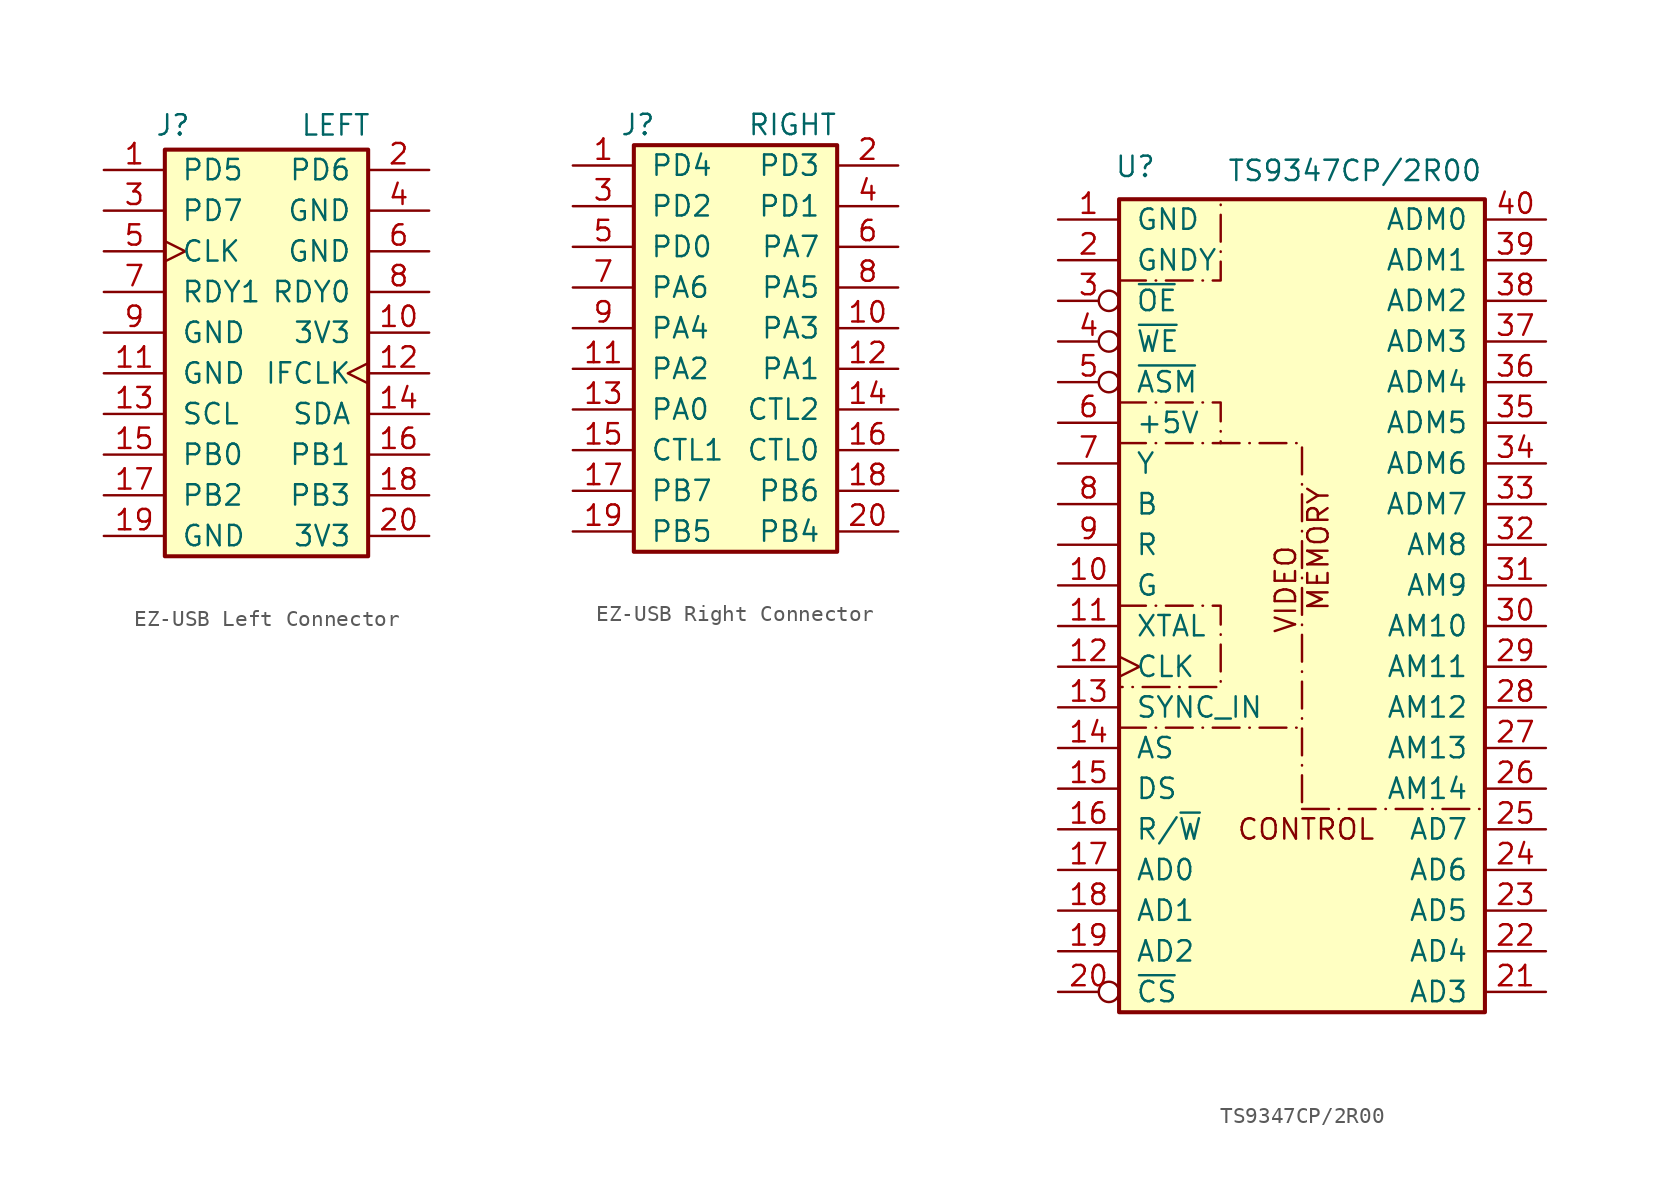
<source format=kicad_sym>
(kicad_symbol_lib
  (version 20231120)
  (generator "kicad_symbol_editor")
  (generator_version "8.0")
  (symbol "EZ-USB Left Connector"
    (pin_names
      (offset 1.016))
    (property "Reference" "J"
      (at -5.842 14.224 0)
      (effects (font (size 1.27 1.27))))
    (property "Value" "LEFT"
      (at 4.318 14.224 0)
      (effects (font (size 1.27 1.27))))
    (symbol "EZ-USB Left Connector_1_1"
      (rectangle (start -6.35 12.7) (end 6.35 -12.7) (stroke (width 0.254) (type default)) (fill (type background)))
      (pin tri_state line (at -10.16 11.43 0) (length 3.81) (name "PD5" (effects (font (size 1.27 1.27)))) (number "1" (effects (font (size 1.27 1.27)))))
      (pin power_out line (at 10.16 1.27 180) (length 3.81) (name "3V3" (effects (font (size 1.27 1.27)))) (number "10" (effects (font (size 1.27 1.27)))))
      (pin power_out line (at -10.16 -1.27 0) (length 3.81) (name "GND" (effects (font (size 1.27 1.27)))) (number "11" (effects (font (size 1.27 1.27)))))
      (pin tri_state clock (at 10.16 -1.27 180) (length 3.81) (name "IFCLK" (effects (font (size 1.27 1.27)))) (number "12" (effects (font (size 1.27 1.27)))))
      (pin open_collector line (at -10.16 -3.81 0) (length 3.81) (name "SCL" (effects (font (size 1.27 1.27)))) (number "13" (effects (font (size 1.27 1.27)))))
      (pin open_collector line (at 10.16 -3.81 180) (length 3.81) (name "SDA" (effects (font (size 1.27 1.27)))) (number "14" (effects (font (size 1.27 1.27)))))
      (pin tri_state line (at -10.16 -6.35 0) (length 3.81) (name "PB0" (effects (font (size 1.27 1.27)))) (number "15" (effects (font (size 1.27 1.27)))))
      (pin tri_state line (at 10.16 -6.35 180) (length 3.81) (name "PB1" (effects (font (size 1.27 1.27)))) (number "16" (effects (font (size 1.27 1.27)))))
      (pin tri_state line (at -10.16 -8.89 0) (length 3.81) (name "PB2" (effects (font (size 1.27 1.27)))) (number "17" (effects (font (size 1.27 1.27)))))
      (pin tri_state line (at 10.16 -8.89 180) (length 3.81) (name "PB3" (effects (font (size 1.27 1.27)))) (number "18" (effects (font (size 1.27 1.27)))))
      (pin power_out line (at -10.16 -11.43 0) (length 3.81) (name "GND" (effects (font (size 1.27 1.27)))) (number "19" (effects (font (size 1.27 1.27)))))
      (pin tri_state line (at 10.16 11.43 180) (length 3.81) (name "PD6" (effects (font (size 1.27 1.27)))) (number "2" (effects (font (size 1.27 1.27)))))
      (pin power_out line (at 10.16 -11.43 180) (length 3.81) (name "3V3" (effects (font (size 1.27 1.27)))) (number "20" (effects (font (size 1.27 1.27)))))
      (pin tri_state line (at -10.16 8.89 0) (length 3.81) (name "PD7" (effects (font (size 1.27 1.27)))) (number "3" (effects (font (size 1.27 1.27)))))
      (pin power_out line (at 10.16 8.89 180) (length 3.81) (name "GND" (effects (font (size 1.27 1.27)))) (number "4" (effects (font (size 1.27 1.27)))))
      (pin output clock (at -10.16 6.35 0) (length 3.81) (name "CLK" (effects (font (size 1.27 1.27)))) (number "5" (effects (font (size 1.27 1.27)))))
      (pin power_out line (at 10.16 6.35 180) (length 3.81) (name "GND" (effects (font (size 1.27 1.27)))) (number "6" (effects (font (size 1.27 1.27)))))
      (pin input line (at -10.16 3.81 0) (length 3.81) (name "RDY1" (effects (font (size 1.27 1.27)))) (number "7" (effects (font (size 1.27 1.27)))))
      (pin input line (at 10.16 3.81 180) (length 3.81) (name "RDY0" (effects (font (size 1.27 1.27)))) (number "8" (effects (font (size 1.27 1.27)))))
      (pin power_out line (at -10.16 1.27 0) (length 3.81) (name "GND" (effects (font (size 1.27 1.27)))) (number "9" (effects (font (size 1.27 1.27)))))))
  (symbol "EZ-USB Right Connector"
    (pin_names
      (offset 1.016))
    (property "Reference" "J"
      (at -6.096 13.97 0)
      (effects (font (size 1.27 1.27))))
    (property "Value" "RIGHT"
      (at 3.556 13.97 0)
      (effects (font (size 1.27 1.27))))
    (symbol "EZ-USB Right Connector_1_1"
      (rectangle (start -6.35 12.7) (end 6.35 -12.7) (stroke (width 0.254) (type default)) (fill (type background)))
      (pin tri_state line (at -10.16 11.43 0) (length 3.81) (name "PD4" (effects (font (size 1.27 1.27)))) (number "1" (effects (font (size 1.27 1.27)))))
      (pin tri_state line (at 10.16 1.27 180) (length 3.81) (name "PA3" (effects (font (size 1.27 1.27)))) (number "10" (effects (font (size 1.27 1.27)))))
      (pin tri_state line (at -10.16 -1.27 0) (length 3.81) (name "PA2" (effects (font (size 1.27 1.27)))) (number "11" (effects (font (size 1.27 1.27)))))
      (pin tri_state line (at 10.16 -1.27 180) (length 3.81) (name "PA1" (effects (font (size 1.27 1.27)))) (number "12" (effects (font (size 1.27 1.27)))))
      (pin tri_state line (at -10.16 -3.81 0) (length 3.81) (name "PA0" (effects (font (size 1.27 1.27)))) (number "13" (effects (font (size 1.27 1.27)))))
      (pin output line (at 10.16 -3.81 180) (length 3.81) (name "CTL2" (effects (font (size 1.27 1.27)))) (number "14" (effects (font (size 1.27 1.27)))))
      (pin output line (at -10.16 -6.35 0) (length 3.81) (name "CTL1" (effects (font (size 1.27 1.27)))) (number "15" (effects (font (size 1.27 1.27)))))
      (pin output line (at 10.16 -6.35 180) (length 3.81) (name "CTL0" (effects (font (size 1.27 1.27)))) (number "16" (effects (font (size 1.27 1.27)))))
      (pin tri_state line (at -10.16 -8.89 0) (length 3.81) (name "PB7" (effects (font (size 1.27 1.27)))) (number "17" (effects (font (size 1.27 1.27)))))
      (pin tri_state line (at 10.16 -8.89 180) (length 3.81) (name "PB6" (effects (font (size 1.27 1.27)))) (number "18" (effects (font (size 1.27 1.27)))))
      (pin tri_state line (at -10.16 -11.43 0) (length 3.81) (name "PB5" (effects (font (size 1.27 1.27)))) (number "19" (effects (font (size 1.27 1.27)))))
      (pin tri_state line (at 10.16 11.43 180) (length 3.81) (name "PD3" (effects (font (size 1.27 1.27)))) (number "2" (effects (font (size 1.27 1.27)))))
      (pin tri_state line (at 10.16 -11.43 180) (length 3.81) (name "PB4" (effects (font (size 1.27 1.27)))) (number "20" (effects (font (size 1.27 1.27)))))
      (pin tri_state line (at -10.16 8.89 0) (length 3.81) (name "PD2" (effects (font (size 1.27 1.27)))) (number "3" (effects (font (size 1.27 1.27)))))
      (pin tri_state line (at 10.16 8.89 180) (length 3.81) (name "PD1" (effects (font (size 1.27 1.27)))) (number "4" (effects (font (size 1.27 1.27)))))
      (pin tri_state line (at -10.16 6.35 0) (length 3.81) (name "PD0" (effects (font (size 1.27 1.27)))) (number "5" (effects (font (size 1.27 1.27)))))
      (pin tri_state line (at 10.16 6.35 180) (length 3.81) (name "PA7" (effects (font (size 1.27 1.27)))) (number "6" (effects (font (size 1.27 1.27)))))
      (pin tri_state line (at -10.16 3.81 0) (length 3.81) (name "PA6" (effects (font (size 1.27 1.27)))) (number "7" (effects (font (size 1.27 1.27)))))
      (pin tri_state line (at 10.16 3.81 180) (length 3.81) (name "PA5" (effects (font (size 1.27 1.27)))) (number "8" (effects (font (size 1.27 1.27)))))
      (pin tri_state line (at -10.16 1.27 0) (length 3.81) (name "PA4" (effects (font (size 1.27 1.27)))) (number "9" (effects (font (size 1.27 1.27)))))))
  (symbol "TS9347CP/2R00"
    (pin_names
      (offset 1.016))
    (property "Reference" "U"
      (at -10.414 27.432 0)
      (effects (font (size 1.27 1.27))))
    (property "Value" "TS9347CP/2R00"
      (at 3.302 27.178 0)
      (effects (font (size 1.27 1.27))))
    (symbol "TS9347CP/2R00_0_1"
      (polyline (pts (xy -11.43 -7.62) (xy 0 -7.62)) (stroke (width 0) (type dash_dot)) (fill (type none)))
      (polyline (pts (xy 0 -12.7) (xy 11.43 -12.7)) (stroke (width 0) (type dash_dot)) (fill (type none)))
      (polyline (pts (xy -11.43 10.16) (xy 0 10.16) (xy 0 -12.7)) (stroke (width 0) (type dash_dot)) (fill (type none)))
      (polyline (pts (xy -11.43 12.7) (xy -5.08 12.7) (xy -5.08 10.16)) (stroke (width 0) (type dash_dot)) (fill (type none)))
      (polyline (pts (xy -11.43 20.32) (xy -5.08 20.32) (xy -5.08 25.4)) (stroke (width 0) (type dash_dot)) (fill (type none))))
    (symbol "TS9347CP/2R00_1_1"
      (rectangle (start -11.43 25.4) (end 11.43 -25.4) (stroke (width 0.254) (type default)) (fill (type background)))
      (polyline (pts (xy -11.43 0) (xy -5.08 0) (xy -5.08 -5.08) (xy -11.43 -5.08)) (stroke (width 0) (type dash_dot)) (fill (type none)))
      (text "CONTROL" (at 0.254 -13.97 0) (effects (font (size 1.27 1.27))))
      (text "MEMORY" (at 1.016 3.556 900) (effects (font (size 1.27 1.27))))
      (text "VIDEO" (at -1.016 1.016 900) (effects (font (size 1.27 1.27))))
      (pin passive line (at -15.24 24.13 0) (length 3.81) (name "GND" (effects (font (size 1.27 1.27)))) (number "1" (effects (font (size 1.27 1.27)))))
      (pin output line (at -15.24 1.27 0) (length 3.81) (name "G" (effects (font (size 1.27 1.27)))) (number "10" (effects (font (size 1.27 1.27)))))
      (pin bidirectional line (at -15.24 -1.27 0) (length 3.81) (name "XTAL" (effects (font (size 1.27 1.27)))) (number "11" (effects (font (size 1.27 1.27)))))
      (pin input clock (at -15.24 -3.81 0) (length 3.81) (name "CLK" (effects (font (size 1.27 1.27)))) (number "12" (effects (font (size 1.27 1.27)))))
      (pin input line (at -15.24 -6.35 0) (length 3.81) (name "SYNC_IN" (effects (font (size 1.27 1.27)))) (number "13" (effects (font (size 1.27 1.27)))))
      (pin input line (at -15.24 -8.89 0) (length 3.81) (name "AS" (effects (font (size 1.27 1.27)))) (number "14" (effects (font (size 1.27 1.27)))))
      (pin input line (at -15.24 -11.43 0) (length 3.81) (name "DS" (effects (font (size 1.27 1.27)))) (number "15" (effects (font (size 1.27 1.27)))))
      (pin input line (at -15.24 -13.97 0) (length 3.81) (name "R/~{W}" (effects (font (size 1.27 1.27)))) (number "16" (effects (font (size 1.27 1.27)))))
      (pin bidirectional line (at -15.24 -16.51 0) (length 3.81) (name "AD0" (effects (font (size 1.27 1.27)))) (number "17" (effects (font (size 1.27 1.27)))))
      (pin bidirectional line (at -15.24 -19.05 0) (length 3.81) (name "AD1" (effects (font (size 1.27 1.27)))) (number "18" (effects (font (size 1.27 1.27)))))
      (pin bidirectional line (at -15.24 -21.59 0) (length 3.81) (name "AD2" (effects (font (size 1.27 1.27)))) (number "19" (effects (font (size 1.27 1.27)))))
      (pin passive line (at -15.24 21.59 0) (length 3.81) (name "GNDY" (effects (font (size 1.27 1.27)))) (number "2" (effects (font (size 1.27 1.27)))))
      (pin input inverted (at -15.24 -24.13 0) (length 3.81) (name "~{CS}" (effects (font (size 1.27 1.27)))) (number "20" (effects (font (size 1.27 1.27)))))
      (pin bidirectional line (at 15.24 -24.13 180) (length 3.81) (name "AD3" (effects (font (size 1.27 1.27)))) (number "21" (effects (font (size 1.27 1.27)))))
      (pin bidirectional line (at 15.24 -21.59 180) (length 3.81) (name "AD4" (effects (font (size 1.27 1.27)))) (number "22" (effects (font (size 1.27 1.27)))))
      (pin bidirectional line (at 15.24 -19.05 180) (length 3.81) (name "AD5" (effects (font (size 1.27 1.27)))) (number "23" (effects (font (size 1.27 1.27)))))
      (pin bidirectional line (at 15.24 -16.51 180) (length 3.81) (name "AD6" (effects (font (size 1.27 1.27)))) (number "24" (effects (font (size 1.27 1.27)))))
      (pin bidirectional line (at 15.24 -13.97 180) (length 3.81) (name "AD7" (effects (font (size 1.27 1.27)))) (number "25" (effects (font (size 1.27 1.27)))))
      (pin output line (at 15.24 -11.43 180) (length 3.81) (name "AM14" (effects (font (size 1.27 1.27)))) (number "26" (effects (font (size 1.27 1.27)))))
      (pin output line (at 15.24 -8.89 180) (length 3.81) (name "AM13" (effects (font (size 1.27 1.27)))) (number "27" (effects (font (size 1.27 1.27)))))
      (pin output line (at 15.24 -6.35 180) (length 3.81) (name "AM12" (effects (font (size 1.27 1.27)))) (number "28" (effects (font (size 1.27 1.27)))))
      (pin output line (at 15.24 -3.81 180) (length 3.81) (name "AM11" (effects (font (size 1.27 1.27)))) (number "29" (effects (font (size 1.27 1.27)))))
      (pin input inverted (at -15.24 19.05 0) (length 3.81) (name "~{OE}" (effects (font (size 1.27 1.27)))) (number "3" (effects (font (size 1.27 1.27)))))
      (pin output line (at 15.24 -1.27 180) (length 3.81) (name "AM10" (effects (font (size 1.27 1.27)))) (number "30" (effects (font (size 1.27 1.27)))))
      (pin output line (at 15.24 1.27 180) (length 3.81) (name "AM9" (effects (font (size 1.27 1.27)))) (number "31" (effects (font (size 1.27 1.27)))))
      (pin output line (at 15.24 3.81 180) (length 3.81) (name "AM8" (effects (font (size 1.27 1.27)))) (number "32" (effects (font (size 1.27 1.27)))))
      (pin bidirectional line (at 15.24 6.35 180) (length 3.81) (name "ADM7" (effects (font (size 1.27 1.27)))) (number "33" (effects (font (size 1.27 1.27)))))
      (pin bidirectional line (at 15.24 8.89 180) (length 3.81) (name "ADM6" (effects (font (size 1.27 1.27)))) (number "34" (effects (font (size 1.27 1.27)))))
      (pin bidirectional line (at 15.24 11.43 180) (length 3.81) (name "ADM5" (effects (font (size 1.27 1.27)))) (number "35" (effects (font (size 1.27 1.27)))))
      (pin bidirectional line (at 15.24 13.97 180) (length 3.81) (name "ADM4" (effects (font (size 1.27 1.27)))) (number "36" (effects (font (size 1.27 1.27)))))
      (pin bidirectional line (at 15.24 16.51 180) (length 3.81) (name "ADM3" (effects (font (size 1.27 1.27)))) (number "37" (effects (font (size 1.27 1.27)))))
      (pin bidirectional line (at 15.24 19.05 180) (length 3.81) (name "ADM2" (effects (font (size 1.27 1.27)))) (number "38" (effects (font (size 1.27 1.27)))))
      (pin bidirectional line (at 15.24 21.59 180) (length 3.81) (name "ADM1" (effects (font (size 1.27 1.27)))) (number "39" (effects (font (size 1.27 1.27)))))
      (pin input inverted (at -15.24 16.51 0) (length 3.81) (name "~{WE}" (effects (font (size 1.27 1.27)))) (number "4" (effects (font (size 1.27 1.27)))))
      (pin bidirectional line (at 15.24 24.13 180) (length 3.81) (name "ADM0" (effects (font (size 1.27 1.27)))) (number "40" (effects (font (size 1.27 1.27)))))
      (pin input inverted (at -15.24 13.97 0) (length 3.81) (name "~{ASM}" (effects (font (size 1.27 1.27)))) (number "5" (effects (font (size 1.27 1.27)))))
      (pin power_in line (at -15.24 11.43 0) (length 3.81) (name "+5V" (effects (font (size 1.27 1.27)))) (number "6" (effects (font (size 1.27 1.27)))))
      (pin output line (at -15.24 8.89 0) (length 3.81) (name "Y" (effects (font (size 1.27 1.27)))) (number "7" (effects (font (size 1.27 1.27)))))
      (pin output line (at -15.24 6.35 0) (length 3.81) (name "B" (effects (font (size 1.27 1.27)))) (number "8" (effects (font (size 1.27 1.27)))))
      (pin output line (at -15.24 3.81 0) (length 3.81) (name "R" (effects (font (size 1.27 1.27)))) (number "9" (effects (font (size 1.27 1.27))))))))
</source>
